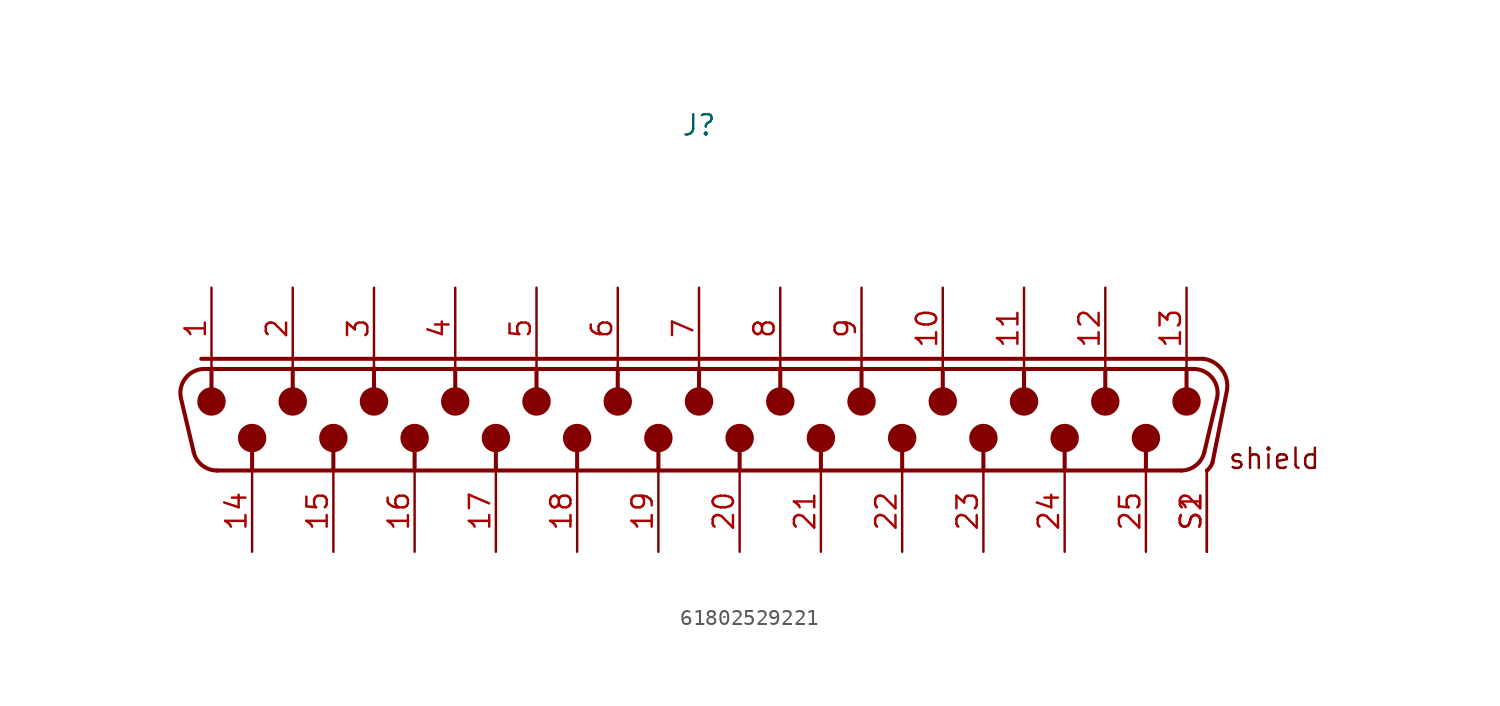
<source format=kicad_sym>
(kicad_symbol_lib
  (version 20241209)
  (generator "kicad_symbol_editor")
  (generator_version "9.0")
  (symbol "61802529221"
    (pin_names
      (hide yes))
    (property "Reference" "J"
      (at 0 17.78 0)
      (effects (font (size 1.27 1.27))))
    (symbol "61802529221_1_0"
      (polyline (pts (xy -31.593 -2.655) (xy -32.384 0.695)) (stroke (width 0.254) (type solid)) (fill (type none)))
      (polyline (pts (xy -31.115 3.175) (xy 31.52 3.175)) (stroke (width 0.254) (type solid)) (fill (type none)))
      (polyline (pts (xy -30.924 2.54) (xy 30.924 2.54)) (stroke (width 0.254) (type solid)) (fill (type none)))
      (arc (start -32.3842 0.695) (mid -32.1007 1.9707) (end -30.9243 2.54) (stroke (width 0.254) (type solid)) (fill (type none)))
      (polyline (pts (xy -30.48 2.58) (xy -30.48 0.4)) (stroke (width 0.254) (type solid)) (fill (type none)))
      (circle (center -30.48 0.508) (radius 0.762) (stroke (width 0.254) (type solid)) (fill (type outline)))
      (arc (start -30.133 -3.81) (mid -31.0638 -3.4862) (end -31.5928 -2.6547) (stroke (width 0.254) (type solid)) (fill (type none)))
      (circle (center -27.94 -1.778) (radius 0.762) (stroke (width 0.254) (type solid)) (fill (type outline)))
      (polyline (pts (xy -27.94 -3.81) (xy -27.94 -1.63)) (stroke (width 0.254) (type solid)) (fill (type none)))
      (polyline (pts (xy -25.4 2.58) (xy -25.4 0.4)) (stroke (width 0.254) (type solid)) (fill (type none)))
      (circle (center -25.4 0.508) (radius 0.762) (stroke (width 0.254) (type solid)) (fill (type outline)))
      (circle (center -22.86 -1.778) (radius 0.762) (stroke (width 0.254) (type solid)) (fill (type outline)))
      (polyline (pts (xy -22.86 -3.81) (xy -22.86 -1.63)) (stroke (width 0.254) (type solid)) (fill (type none)))
      (polyline (pts (xy -20.32 2.58) (xy -20.32 0.4)) (stroke (width 0.254) (type solid)) (fill (type none)))
      (circle (center -20.32 0.508) (radius 0.762) (stroke (width 0.254) (type solid)) (fill (type outline)))
      (circle (center -17.78 -1.778) (radius 0.762) (stroke (width 0.254) (type solid)) (fill (type outline)))
      (polyline (pts (xy -17.78 -3.81) (xy -17.78 -1.63)) (stroke (width 0.254) (type solid)) (fill (type none)))
      (polyline (pts (xy -15.24 2.58) (xy -15.24 0.4)) (stroke (width 0.254) (type solid)) (fill (type none)))
      (circle (center -15.24 0.508) (radius 0.762) (stroke (width 0.254) (type solid)) (fill (type outline)))
      (circle (center -12.7 -1.778) (radius 0.762) (stroke (width 0.254) (type solid)) (fill (type outline)))
      (polyline (pts (xy -12.7 -3.81) (xy -12.7 -1.63)) (stroke (width 0.254) (type solid)) (fill (type none)))
      (polyline (pts (xy -10.16 2.58) (xy -10.16 0.4)) (stroke (width 0.254) (type solid)) (fill (type none)))
      (circle (center -10.16 0.508) (radius 0.762) (stroke (width 0.254) (type solid)) (fill (type outline)))
      (circle (center -7.62 -1.778) (radius 0.762) (stroke (width 0.254) (type solid)) (fill (type outline)))
      (polyline (pts (xy -7.62 -3.81) (xy -7.62 -1.63)) (stroke (width 0.254) (type solid)) (fill (type none)))
      (polyline (pts (xy -5.08 2.58) (xy -5.08 0.4)) (stroke (width 0.254) (type solid)) (fill (type none)))
      (circle (center -5.08 0.508) (radius 0.762) (stroke (width 0.254) (type solid)) (fill (type outline)))
      (circle (center -2.54 -1.778) (radius 0.762) (stroke (width 0.254) (type solid)) (fill (type outline)))
      (polyline (pts (xy -2.54 -3.81) (xy -2.54 -1.63)) (stroke (width 0.254) (type solid)) (fill (type none)))
      (polyline (pts (xy 0 2.58) (xy 0 0.4)) (stroke (width 0.254) (type solid)) (fill (type none)))
      (circle (center 0 0.508) (radius 0.762) (stroke (width 0.254) (type solid)) (fill (type outline)))
      (circle (center 2.54 -1.778) (radius 0.762) (stroke (width 0.254) (type solid)) (fill (type outline)))
      (polyline (pts (xy 2.54 -3.81) (xy 2.54 -1.63)) (stroke (width 0.254) (type solid)) (fill (type none)))
      (polyline (pts (xy 5.08 2.58) (xy 5.08 0.4)) (stroke (width 0.254) (type solid)) (fill (type none)))
      (circle (center 5.08 0.508) (radius 0.762) (stroke (width 0.254) (type solid)) (fill (type outline)))
      (circle (center 7.62 -1.778) (radius 0.762) (stroke (width 0.254) (type solid)) (fill (type outline)))
      (polyline (pts (xy 7.62 -3.81) (xy 7.62 -1.63)) (stroke (width 0.254) (type solid)) (fill (type none)))
      (polyline (pts (xy 10.16 2.58) (xy 10.16 0.4)) (stroke (width 0.254) (type solid)) (fill (type none)))
      (circle (center 10.16 0.508) (radius 0.762) (stroke (width 0.254) (type solid)) (fill (type outline)))
      (circle (center 12.7 -1.778) (radius 0.762) (stroke (width 0.254) (type solid)) (fill (type outline)))
      (polyline (pts (xy 12.7 -3.81) (xy 12.7 -1.63)) (stroke (width 0.254) (type solid)) (fill (type none)))
      (polyline (pts (xy 15.24 2.58) (xy 15.24 0.4)) (stroke (width 0.254) (type solid)) (fill (type none)))
      (circle (center 15.24 0.508) (radius 0.762) (stroke (width 0.254) (type solid)) (fill (type outline)))
      (circle (center 17.78 -1.778) (radius 0.762) (stroke (width 0.254) (type solid)) (fill (type outline)))
      (polyline (pts (xy 17.78 -3.81) (xy 17.78 -1.63)) (stroke (width 0.254) (type solid)) (fill (type none)))
      (polyline (pts (xy 20.32 2.58) (xy 20.32 0.4)) (stroke (width 0.254) (type solid)) (fill (type none)))
      (circle (center 20.32 0.508) (radius 0.762) (stroke (width 0.254) (type solid)) (fill (type outline)))
      (circle (center 22.86 -1.778) (radius 0.762) (stroke (width 0.254) (type solid)) (fill (type outline)))
      (polyline (pts (xy 22.86 -3.81) (xy 22.86 -1.63)) (stroke (width 0.254) (type solid)) (fill (type none)))
      (polyline (pts (xy 25.4 2.58) (xy 25.4 0.4)) (stroke (width 0.254) (type solid)) (fill (type none)))
      (circle (center 25.4 0.508) (radius 0.762) (stroke (width 0.254) (type solid)) (fill (type outline)))
      (circle (center 27.94 -1.778) (radius 0.762) (stroke (width 0.254) (type solid)) (fill (type outline)))
      (polyline (pts (xy 27.94 -3.81) (xy 27.94 -1.63)) (stroke (width 0.254) (type solid)) (fill (type none)))
      (arc (start 31.5928 -2.6548) (mid 31.0637 -3.4863) (end 30.1329 -3.81) (stroke (width 0.254) (type solid)) (fill (type none)))
      (polyline (pts (xy 30.133 -3.81) (xy -30.133 -3.81)) (stroke (width 0.254) (type solid)) (fill (type none)))
      (polyline (pts (xy 30.48 2.58) (xy 30.48 0.4)) (stroke (width 0.254) (type solid)) (fill (type none)))
      (circle (center 30.48 0.508) (radius 0.762) (stroke (width 0.254) (type solid)) (fill (type outline)))
      (arc (start 30.9243 2.54) (mid 32.1007 1.9707) (end 32.3842 0.695) (stroke (width 0.254) (type solid)) (fill (type none)))
      (arc (start 32.1039 -3.3037) (mid 31.9648 -3.5833) (end 31.75 -3.81) (stroke (width 0.254) (type solid)) (fill (type none)))
      (arc (start 31.52 3.175) (mid 32.6664 2.5346) (end 33.02 1.27) (stroke (width 0.254) (type solid)) (fill (type none)))
      (polyline (pts (xy 32.104 -3.304) (xy 33.02 1.27)) (stroke (width 0.254) (type solid)) (fill (type none)))
      (polyline (pts (xy 32.384 0.695) (xy 31.593 -2.655)) (stroke (width 0.254) (type solid)) (fill (type none)))
      (pin passive line (at -30.48 7.62 270) (length 5.08) (name "1" (effects (font (size 1.27 1.27)))) (number "1" (effects (font (size 1.27 1.27)))))
      (pin passive line (at -27.94 -8.89 90) (length 5.08) (name "14" (effects (font (size 1.27 1.27)))) (number "14" (effects (font (size 1.27 1.27)))))
      (pin passive line (at -25.4 7.62 270) (length 5.08) (name "2" (effects (font (size 1.27 1.27)))) (number "2" (effects (font (size 1.27 1.27)))))
      (pin passive line (at -22.86 -8.89 90) (length 5.08) (name "15" (effects (font (size 1.27 1.27)))) (number "15" (effects (font (size 1.27 1.27)))))
      (pin passive line (at -20.32 7.62 270) (length 5.08) (name "3" (effects (font (size 1.27 1.27)))) (number "3" (effects (font (size 1.27 1.27)))))
      (pin passive line (at -17.78 -8.89 90) (length 5.08) (name "16" (effects (font (size 1.27 1.27)))) (number "16" (effects (font (size 1.27 1.27)))))
      (pin passive line (at -15.24 7.62 270) (length 5.08) (name "4" (effects (font (size 1.27 1.27)))) (number "4" (effects (font (size 1.27 1.27)))))
      (pin passive line (at -12.7 -8.89 90) (length 5.08) (name "17" (effects (font (size 1.27 1.27)))) (number "17" (effects (font (size 1.27 1.27)))))
      (pin passive line (at -10.16 7.62 270) (length 5.08) (name "5" (effects (font (size 1.27 1.27)))) (number "5" (effects (font (size 1.27 1.27)))))
      (pin passive line (at -7.62 -8.89 90) (length 5.08) (name "18" (effects (font (size 1.27 1.27)))) (number "18" (effects (font (size 1.27 1.27)))))
      (pin passive line (at -5.08 7.62 270) (length 5.08) (name "6" (effects (font (size 1.27 1.27)))) (number "6" (effects (font (size 1.27 1.27)))))
      (pin passive line (at -2.54 -8.89 90) (length 5.08) (name "19" (effects (font (size 1.27 1.27)))) (number "19" (effects (font (size 1.27 1.27)))))
      (pin passive line (at 0 7.62 270) (length 5.08) (name "7" (effects (font (size 1.27 1.27)))) (number "7" (effects (font (size 1.27 1.27)))))
      (pin passive line (at 2.54 -8.89 90) (length 5.08) (name "20" (effects (font (size 1.27 1.27)))) (number "20" (effects (font (size 1.27 1.27)))))
      (pin passive line (at 5.08 7.62 270) (length 5.08) (name "8" (effects (font (size 1.27 1.27)))) (number "8" (effects (font (size 1.27 1.27)))))
      (pin passive line (at 7.62 -8.89 90) (length 5.08) (name "21" (effects (font (size 1.27 1.27)))) (number "21" (effects (font (size 1.27 1.27)))))
      (pin passive line (at 10.16 7.62 270) (length 5.08) (name "9" (effects (font (size 1.27 1.27)))) (number "9" (effects (font (size 1.27 1.27)))))
      (pin passive line (at 12.7 -8.89 90) (length 5.08) (name "22" (effects (font (size 1.27 1.27)))) (number "22" (effects (font (size 1.27 1.27)))))
      (pin passive line (at 15.24 7.62 270) (length 5.08) (name "10" (effects (font (size 1.27 1.27)))) (number "10" (effects (font (size 1.27 1.27)))))
      (pin passive line (at 17.78 -8.89 90) (length 5.08) (name "23" (effects (font (size 1.27 1.27)))) (number "23" (effects (font (size 1.27 1.27)))))
      (pin passive line (at 20.32 7.62 270) (length 5.08) (name "11" (effects (font (size 1.27 1.27)))) (number "11" (effects (font (size 1.27 1.27)))))
      (pin passive line (at 22.86 -8.89 90) (length 5.08) (name "24" (effects (font (size 1.27 1.27)))) (number "24" (effects (font (size 1.27 1.27)))))
      (pin passive line (at 25.4 7.62 270) (length 5.08) (name "12" (effects (font (size 1.27 1.27)))) (number "12" (effects (font (size 1.27 1.27)))))
      (pin passive line (at 27.94 -8.89 90) (length 5.08) (name "25" (effects (font (size 1.27 1.27)))) (number "25" (effects (font (size 1.27 1.27)))))
      (pin passive line (at 30.48 7.62 270) (length 5.08) (name "13" (effects (font (size 1.27 1.27)))) (number "13" (effects (font (size 1.27 1.27)))))
      (pin passive line (at 31.75 -8.89 90) (length 5.08) (name "SHIELD" (effects (font (size 1.27 1.27)))) (number "S1" (effects (font (size 1.27 1.27)))))
      (pin passive line (at 31.75 -8.89 90) (length 5.08) (name "SHIELD" (effects (font (size 1.27 1.27)))) (number "S2" (effects (font (size 1.27 1.27))))))
    (symbol "61802529221_1_1"
      (text "shield" (at 33.02 -3.81 0) (effects (font (size 1.27 1.27)) (justify left bottom))))))
</source>
